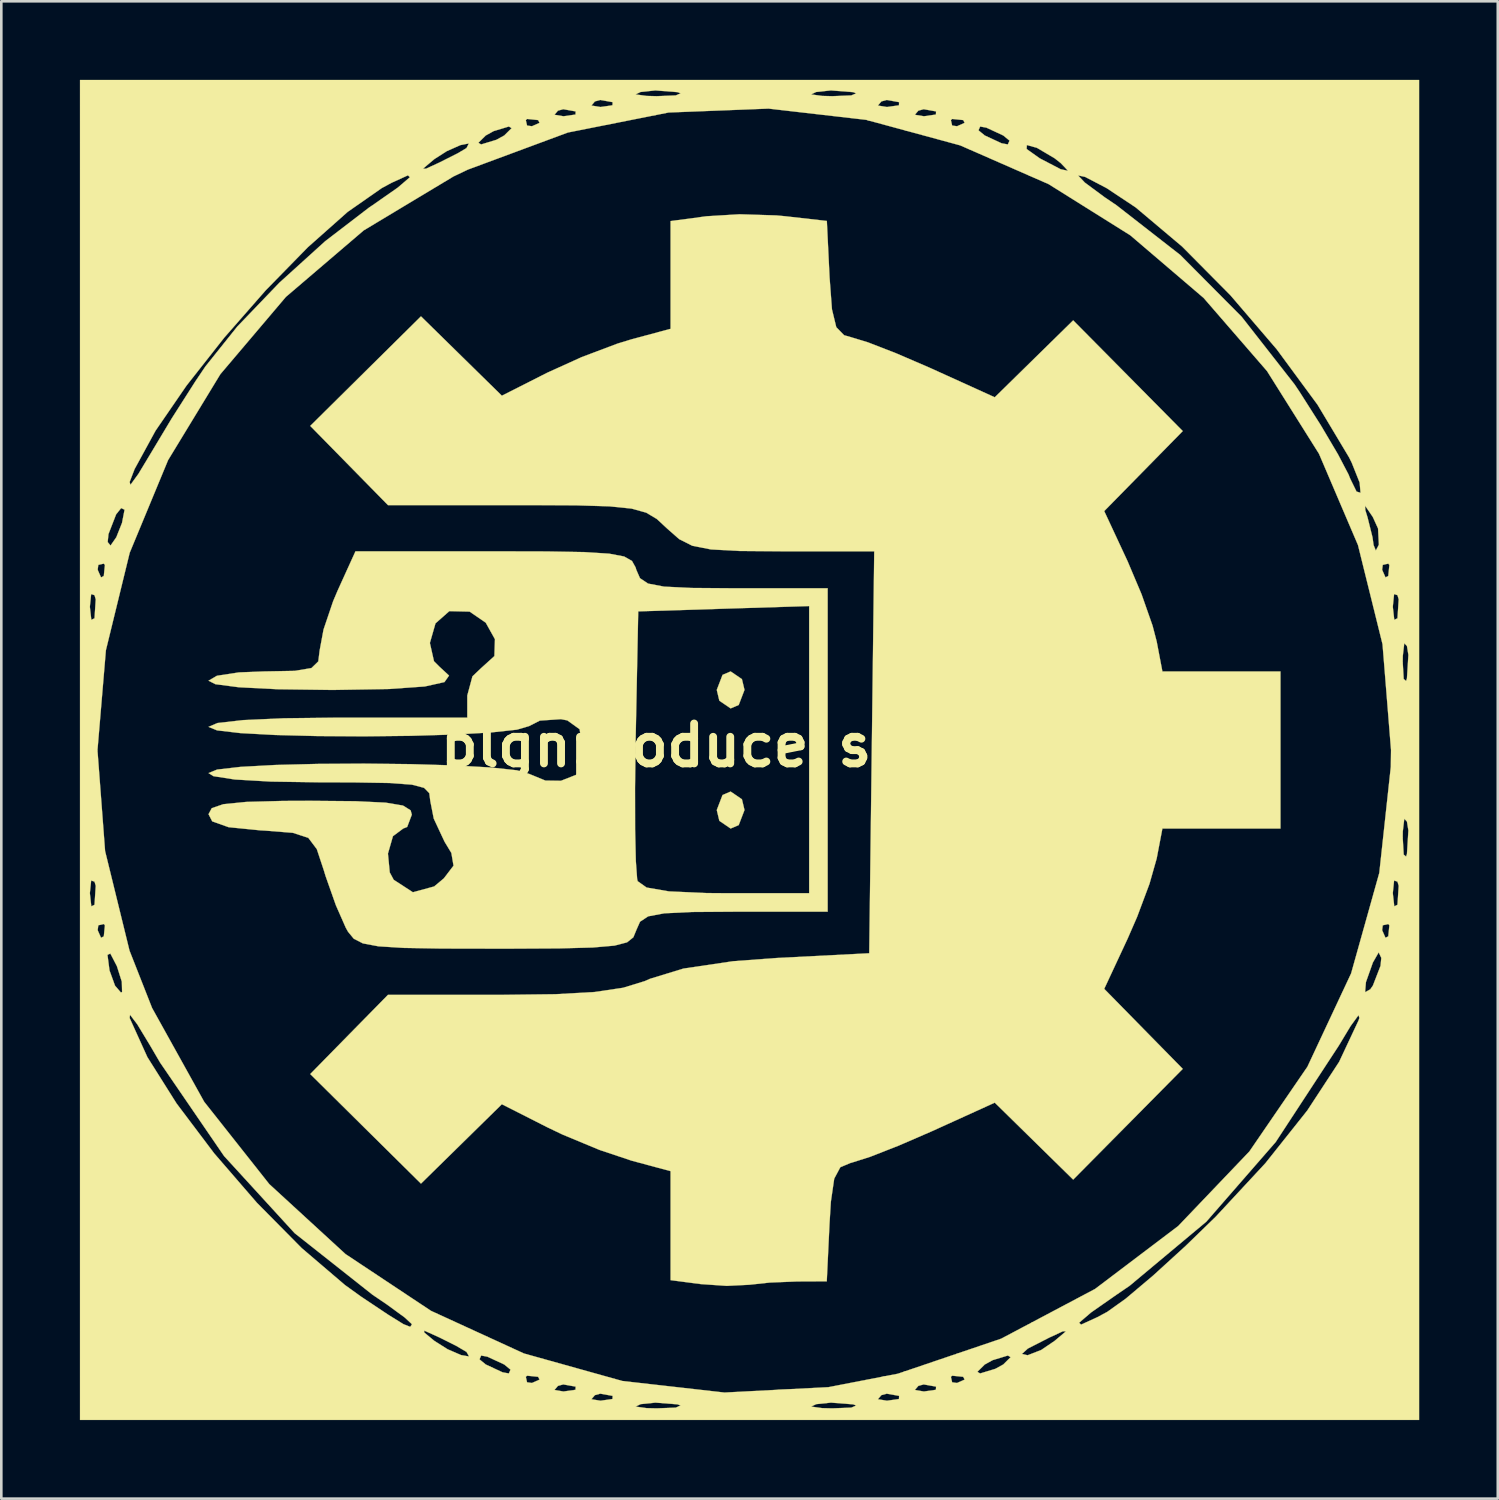
<source format=kicad_pcb>
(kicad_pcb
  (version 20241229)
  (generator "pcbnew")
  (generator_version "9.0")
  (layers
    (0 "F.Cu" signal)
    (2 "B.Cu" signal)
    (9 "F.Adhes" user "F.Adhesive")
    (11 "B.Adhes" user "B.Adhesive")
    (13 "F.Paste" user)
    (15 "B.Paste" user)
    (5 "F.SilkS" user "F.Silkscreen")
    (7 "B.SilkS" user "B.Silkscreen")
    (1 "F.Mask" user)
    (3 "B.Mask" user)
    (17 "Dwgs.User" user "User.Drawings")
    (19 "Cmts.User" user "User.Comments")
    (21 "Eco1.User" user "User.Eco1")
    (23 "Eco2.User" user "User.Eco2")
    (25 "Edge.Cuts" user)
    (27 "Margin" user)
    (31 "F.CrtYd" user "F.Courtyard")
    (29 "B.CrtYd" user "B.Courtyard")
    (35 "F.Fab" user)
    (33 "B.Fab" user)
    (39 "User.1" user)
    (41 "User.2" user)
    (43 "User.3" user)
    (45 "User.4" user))
  (footprint "plgnproduce symbol"
    (layer "F.Cu")
    (at 25.372 25.405)
    (property "Reference" "plgnproduce symbol" (at 0 0 0) (layer "F.SilkS") (effects (font (size 1.524 1.524) (thickness 0.3))))
    (attr through_hole)
    (fp_poly (pts (xy -0.098 -2.528) (xy 0 -2.117) (xy -0.221 -1.542) (xy -0.529 -1.411) (xy -0.96 -1.705) (xy -1.058 -2.117) (xy -0.838 -2.691) (xy -0.529 -2.822) (xy -0.098 -2.528)) (stroke (width 0.01) (type solid)) (fill yes) (layer "F.SilkS"))
    (fp_poly (pts (xy -0.098 2.058) (xy 0 2.469) (xy -0.221 3.044) (xy -0.529 3.175) (xy -0.96 2.881) (xy -1.058 2.469) (xy -0.838 1.895) (xy -0.529 1.764) (xy -0.098 2.058)) (stroke (width 0.01) (type solid)) (fill yes) (layer "F.SilkS"))
    (fp_poly (pts (xy 1.219 -20.231) (xy 1.532 -20.202) (xy 3.144 -20.02) (xy 3.248 -17.863) (xy 3.339 -16.645) (xy 3.504 -15.965) (xy 3.802 -15.658) (xy 4.057 -15.585) (xy 4.717 -15.384) (xy 5.791 -14.967) (xy 7.056 -14.422) (xy 7.158 -14.376) (xy 9.554 -13.288) (xy 12.548 -16.225) (xy 14.64 -14.112) (xy 16.731 -11.998) (xy 15.232 -10.471) (xy 13.733 -8.944) (xy 14.625 -7.029) (xy 15.159 -5.766) (xy 15.579 -4.567) (xy 15.735 -3.969) (xy 15.954 -2.822) (xy 20.461 -2.822) (xy 20.461 3.175) (xy 15.954 3.175) (xy 15.735 4.322) (xy 15.46 5.289) (xy 14.989 6.547) (xy 14.625 7.382) (xy 13.733 9.296) (xy 15.232 10.824) (xy 16.731 12.351) (xy 14.64 14.465) (xy 12.548 16.578) (xy 9.554 13.64) (xy 7.158 14.729) (xy 5.887 15.28) (xy 4.79 15.71) (xy 4.089 15.932) (xy 4.057 15.938) (xy 3.659 16.104) (xy 3.425 16.542) (xy 3.298 17.417) (xy 3.246 18.26) (xy 3.141 20.461) (xy 2.012 20.466) (xy 0.97 20.508) (xy 0.176 20.593) (xy -0.679 20.635) (xy -1.676 20.566) (xy -2.822 20.416) (xy -2.822 16.255) (xy -4.316 15.853) (xy -5.544 15.441) (xy -6.942 14.86) (xy -7.536 14.576) (xy -9.263 13.7) (xy -10.807 15.216) (xy -12.351 16.731) (xy -14.465 14.64) (xy -16.578 12.548) (xy -15.095 11.036) (xy -13.611 9.525) (xy -9.264 9.525) (xy -7.215 9.5) (xy -5.722 9.416) (xy -4.637 9.255) (xy -3.813 9.002) (xy -3.605 8.911) (xy -2.329 8.521) (xy -0.437 8.241) (xy 1.235 8.117) (xy 4.762 7.937) (xy 4.858 0.265) (xy 4.953 -7.408) (xy 1.434 -7.408) (xy -0.194 -7.421) (xy -1.282 -7.48) (xy -1.993 -7.62) (xy -2.493 -7.872) (xy -2.946 -8.27) (xy -2.967 -8.29) (xy -3.347 -8.642) (xy -3.753 -8.884) (xy -4.312 -9.039) (xy -5.157 -9.125) (xy -6.417 -9.163) (xy -8.222 -9.172) (xy -8.73 -9.172) (xy -13.611 -9.172) (xy -15.095 -10.684) (xy -16.578 -12.195) (xy -14.465 -14.287) (xy -12.351 -16.378) (xy -10.807 -14.863) (xy -9.263 -13.348) (xy -7.536 -14.223) (xy -6.215 -14.822) (xy -4.85 -15.337) (xy -4.316 -15.5) (xy -2.822 -15.902) (xy -2.822 -20.015) (xy -1.451 -20.199) (xy -0.189 -20.275) (xy 1.219 -20.231)) (stroke (width 0.01) (type solid)) (fill yes) (layer "F.SilkS"))
    (fp_poly (pts (xy -7.55 -7.403) (xy -6.113 -7.378) (xy -5.165 -7.318) (xy -4.595 -7.21) (xy -4.295 -7.04) (xy -4.157 -6.793) (xy -4.131 -6.703) (xy -3.99 -6.382) (xy -3.682 -6.176) (xy -3.071 -6.06) (xy -2.024 -6.009) (xy -0.407 -5.997) (xy -0.386 -5.997) (xy 3.175 -5.997) (xy 3.175 6.35) (xy -0.386 6.35) (xy -2.01 6.361) (xy -3.062 6.412) (xy -3.677 6.527) (xy -3.988 6.732) (xy -4.13 7.051) (xy -4.131 7.056) (xy -4.243 7.328) (xy -4.484 7.52) (xy -4.963 7.645) (xy -5.79 7.717) (xy -7.074 7.751) (xy -8.925 7.761) (xy -9.554 7.761) (xy -11.579 7.757) (xy -13.014 7.732) (xy -13.972 7.672) (xy -14.568 7.56) (xy -14.917 7.381) (xy -15.134 7.117) (xy -15.219 6.967) (xy -15.599 6.105) (xy -15.993 4.989) (xy -16.062 4.762) (xy -16.327 3.962) (xy -16.651 3.531) (xy -17.242 3.339) (xy -18.307 3.254) (xy -18.47 3.246) (xy -19.694 3.124) (xy -20.32 2.901) (xy -20.461 2.628) (xy -20.338 2.398) (xy -19.895 2.246) (xy -19.024 2.159) (xy -17.616 2.121) (xy -16.581 2.117) (xy -14.844 2.132) (xy -13.7 2.187) (xy -13.038 2.298) (xy -12.745 2.481) (xy -12.7 2.646) (xy -12.878 3.115) (xy -13.029 3.175) (xy -13.421 3.467) (xy -13.612 4.132) (xy -13.543 4.851) (xy -13.392 5.132) (xy -12.659 5.608) (xy -11.846 5.386) (xy -11.476 5.076) (xy -11.108 4.593) (xy -11.191 4.107) (xy -11.451 3.677) (xy -11.863 2.796) (xy -11.994 2.129) (xy -12.033 1.826) (xy -12.225 1.627) (xy -4.179 1.627) (xy -4.176 3.212) (xy -4.148 4.418) (xy -4.098 5.104) (xy -4.078 5.186) (xy -3.737 5.428) (xy -2.883 5.575) (xy -1.438 5.639) (xy -0.717 5.644) (xy 2.469 5.644) (xy 2.469 -5.318) (xy -0.794 -5.217) (xy -4.057 -5.115) (xy -4.156 -0.193) (xy -4.179 1.627) (xy -12.225 1.627) (xy -12.229 1.623) (xy -12.697 1.5) (xy -13.555 1.437) (xy -14.921 1.414) (xy -16.228 1.411) (xy -18.086 1.383) (xy -19.461 1.303) (xy -20.272 1.177) (xy -20.461 1.058) (xy -20.132 0.924) (xy -19.235 0.821) (xy -17.91 0.749) (xy -16.295 0.708) (xy -14.526 0.697) (xy -12.743 0.717) (xy -11.083 0.766) (xy -9.685 0.845) (xy -8.686 0.952) (xy -8.225 1.088) (xy -7.602 1.344) (xy -7.008 1.353) (xy -6.397 1.113) (xy -6.184 0.488) (xy -6.174 0.176) (xy -6.295 -0.616) (xy -6.764 -0.953) (xy -7.008 -1) (xy -7.813 -0.945) (xy -8.225 -0.735) (xy -8.69 -0.599) (xy -9.692 -0.491) (xy -11.092 -0.413) (xy -12.753 -0.364) (xy -14.537 -0.344) (xy -16.305 -0.355) (xy -17.919 -0.396) (xy -19.242 -0.468) (xy -20.135 -0.572) (xy -20.461 -0.706) (xy -20.12 -0.853) (xy -19.139 -0.964) (xy -17.586 -1.034) (xy -15.527 -1.058) (xy -10.583 -1.058) (xy -10.583 -1.903) (xy -10.386 -2.634) (xy -10.054 -2.95) (xy -9.548 -3.408) (xy -9.527 -4.052) (xy -9.878 -4.683) (xy -10.494 -5.106) (xy -11.262 -5.124) (xy -11.272 -5.121) (xy -11.797 -4.657) (xy -12.011 -3.909) (xy -11.854 -3.211) (xy -11.642 -2.999) (xy -11.279 -2.664) (xy -11.454 -2.416) (xy -12.206 -2.248) (xy -13.577 -2.151) (xy -15.606 -2.117) (xy -15.875 -2.117) (xy -17.836 -2.143) (xy -19.302 -2.218) (xy -20.199 -2.335) (xy -20.461 -2.469) (xy -20.14 -2.657) (xy -19.3 -2.785) (xy -18.344 -2.822) (xy -17.168 -2.844) (xy -16.532 -2.951) (xy -16.271 -3.205) (xy -16.22 -3.616) (xy -16.071 -4.42) (xy -15.707 -5.496) (xy -15.532 -5.909) (xy -14.851 -7.408) (xy -9.583 -7.408) (xy -7.55 -7.403)) (stroke (width 0.01) (type solid)) (fill yes) (layer "F.SilkS"))
    (fp_poly (pts (xy 25.753 25.753) (xy -25.367 25.753) (xy -25.367 25.243) (xy -4.16 25.243) (xy -3.736 25.302) (xy -3.351 25.311) (xy -2.625 25.283) (xy -2.533 25.243) (xy 2.543 25.243) (xy 2.967 25.302) (xy 3.351 25.311) (xy 4.077 25.283) (xy 4.265 25.203) (xy 4.149 25.158) (xy 3.302 25.092) (xy 2.738 25.15) (xy 2.543 25.243) (xy -2.533 25.243) (xy -2.438 25.203) (xy -2.554 25.158) (xy -3.401 25.092) (xy -3.965 25.15) (xy -4.16 25.243) (xy -25.367 25.243) (xy -25.367 24.963) (xy -5.844 24.963) (xy -5.497 25.019) (xy -5.099 24.963) (xy 5.092 24.963) (xy 5.439 25.019) (xy 5.896 24.955) (xy 5.902 24.834) (xy 5.43 24.75) (xy 5.226 24.806) (xy 5.092 24.963) (xy -5.099 24.963) (xy -5.04 24.955) (xy -5.034 24.834) (xy -5.507 24.75) (xy -5.711 24.806) (xy -5.844 24.963) (xy -25.367 24.963) (xy -25.367 24.61) (xy -7.255 24.61) (xy -6.909 24.667) (xy -6.451 24.602) (xy -6.446 24.481) (xy -6.918 24.397) (xy -7.122 24.453) (xy -7.255 24.61) (xy -25.367 24.61) (xy -25.367 24.106) (xy -8.349 24.106) (xy -8.301 24.316) (xy -8.114 24.342) (xy -7.824 24.213) (xy -7.879 24.106) (xy -8.297 24.064) (xy -8.349 24.106) (xy -25.367 24.106) (xy -25.367 23.44) (xy -10.117 23.44) (xy -9.878 23.636) (xy -9.235 23.935) (xy -8.996 23.978) (xy -8.933 23.833) (xy -9.172 23.636) (xy -9.815 23.338) (xy -10.054 23.294) (xy -10.117 23.44) (xy -25.367 23.44) (xy -25.367 22.341) (xy -12.227 22.341) (xy -12.225 22.416) (xy -11.839 22.735) (xy -11.334 23.054) (xy -10.82 23.277) (xy -10.515 23.329) (xy -10.613 23.155) (xy -11.008 22.923) (xy -11.642 22.606) (xy -12.227 22.341) (xy -25.367 22.341) (xy -25.367 10.407) (xy -23.474 10.407) (xy -22.797 11.9) (xy -21.681 13.672) (xy -20.246 15.575) (xy -18.614 17.463) (xy -16.909 19.188) (xy -15.252 20.603) (xy -14.645 21.04) (xy -13.606 21.733) (xy -13.021 22.096) (xy -12.762 22.198) (xy -12.7 22.109) (xy -12.7 22.095) (xy -12.967 21.845) (xy -13.651 21.345) (xy -14.199 20.974) (xy -17.175 18.621) (xy -19.868 15.678) (xy -22.312 12.107) (xy -22.687 11.465) (xy -23.179 10.653) (xy -23.459 10.284) (xy -23.474 10.407) (xy -25.367 10.407) (xy -25.367 7.997) (xy -24.319 7.997) (xy -24.241 8.595) (xy -24.031 9.174) (xy -23.806 9.435) (xy -23.761 9.415) (xy -23.771 9.023) (xy -23.959 8.43) (xy -24.209 7.948) (xy -24.319 7.997) (xy -25.367 7.997) (xy -25.367 7.056) (xy -24.694 7.056) (xy -24.565 7.346) (xy -24.459 7.291) (xy -24.417 6.872) (xy -24.459 6.82) (xy -24.669 6.869) (xy -24.694 7.056) (xy -25.367 7.056) (xy -25.367 5.644) (xy -24.992 5.644) (xy -24.936 6.145) (xy -24.814 6.085) (xy -24.767 5.363) (xy -24.814 5.203) (xy -24.942 5.159) (xy -24.992 5.644) (xy -25.367 5.644) (xy -25.367 0.187) (xy -24.701 0.187) (xy -24.41 4.036) (xy -23.478 7.836) (xy -22.616 10.027) (xy -20.628 13.606) (xy -18.143 16.749) (xy -15.232 19.421) (xy -11.968 21.588) (xy -8.421 23.215) (xy -4.663 24.266) (xy -0.764 24.707) (xy 1.108 24.61) (xy 6.503 24.61) (xy 6.85 24.667) (xy 7.307 24.602) (xy 7.313 24.481) (xy 6.841 24.397) (xy 6.637 24.453) (xy 6.503 24.61) (xy 1.108 24.61) (xy 3.203 24.502) (xy 5.246 24.106) (xy 7.879 24.106) (xy 7.927 24.316) (xy 8.114 24.342) (xy 8.404 24.213) (xy 8.349 24.106) (xy 7.93 24.064) (xy 7.879 24.106) (xy 5.246 24.106) (xy 5.853 23.989) (xy 6.069 23.916) (xy 8.89 23.916) (xy 8.996 23.978) (xy 9.576 23.802) (xy 9.878 23.636) (xy 10.16 23.357) (xy 10.054 23.294) (xy 9.474 23.47) (xy 9.172 23.636) (xy 8.89 23.916) (xy 6.069 23.916) (xy 8.074 23.236) (xy 10.588 23.236) (xy 10.81 23.283) (xy 11.328 23.082) (xy 11.839 22.735) (xy 12.273 22.37) (xy 12.154 22.369) (xy 11.642 22.606) (xy 10.818 23.027) (xy 10.588 23.236) (xy 8.074 23.236) (xy 9.801 22.65) (xy 10.949 22.042) (xy 12.774 22.042) (xy 12.849 22.114) (xy 13.473 21.829) (xy 13.847 21.628) (xy 14.552 21.125) (xy 15.599 20.242) (xy 16.84 19.11) (xy 17.992 17.992) (xy 19.883 15.955) (xy 21.483 13.943) (xy 22.701 12.082) (xy 23.444 10.498) (xy 23.474 10.407) (xy 23.442 10.299) (xy 23.138 10.717) (xy 22.687 11.465) (xy 20.28 15.143) (xy 17.63 18.185) (xy 14.702 20.631) (xy 14.199 20.974) (xy 13.231 21.65) (xy 12.774 22.042) (xy 10.949 22.042) (xy 13.385 20.751) (xy 16.557 18.35) (xy 19.274 15.504) (xy 21.489 12.271) (xy 22.822 9.424) (xy 23.691 9.424) (xy 23.889 9.315) (xy 23.989 9.172) (xy 24.281 8.419) (xy 24.311 8.114) (xy 24.211 7.903) (xy 23.989 8.29) (xy 23.724 9.038) (xy 23.691 9.424) (xy 22.822 9.424) (xy 23.158 8.707) (xy 23.621 7.056) (xy 24.342 7.056) (xy 24.471 7.346) (xy 24.577 7.291) (xy 24.619 6.872) (xy 24.577 6.82) (xy 24.367 6.869) (xy 24.342 7.056) (xy 23.621 7.056) (xy 24.017 5.644) (xy 24.75 5.644) (xy 24.806 6.145) (xy 24.928 6.085) (xy 24.975 5.363) (xy 24.928 5.203) (xy 24.799 5.159) (xy 24.75 5.644) (xy 24.017 5.644) (xy 24.234 4.87) (xy 24.38 3.528) (xy 25.129 3.528) (xy 25.166 4.17) (xy 25.257 4.245) (xy 25.29 4.145) (xy 25.345 3.25) (xy 25.29 2.91) (xy 25.188 2.801) (xy 25.132 3.288) (xy 25.129 3.528) (xy 24.38 3.528) (xy 24.674 0.817) (xy 24.682 0.176) (xy 24.413 -3.175) (xy 25.129 -3.175) (xy 25.166 -2.533) (xy 25.257 -2.458) (xy 25.29 -2.558) (xy 25.345 -3.452) (xy 25.29 -3.792) (xy 25.188 -3.902) (xy 25.132 -3.414) (xy 25.129 -3.175) (xy 24.413 -3.175) (xy 24.357 -3.864) (xy 24.004 -5.292) (xy 24.75 -5.292) (xy 24.806 -4.791) (xy 24.928 -4.851) (xy 24.975 -5.573) (xy 24.928 -5.733) (xy 24.799 -5.777) (xy 24.75 -5.292) (xy 24.004 -5.292) (xy 23.654 -6.703) (xy 24.342 -6.703) (xy 24.471 -6.412) (xy 24.577 -6.468) (xy 24.619 -6.886) (xy 24.577 -6.938) (xy 24.367 -6.89) (xy 24.342 -6.703) (xy 23.654 -6.703) (xy 23.421 -7.645) (xy 22.778 -9.151) (xy 23.692 -9.151) (xy 23.701 -8.98) (xy 23.786 -8.702) (xy 23.975 -7.941) (xy 24.017 -7.644) (xy 24.102 -7.438) (xy 24.218 -7.66) (xy 24.187 -8.279) (xy 23.987 -8.718) (xy 23.692 -9.151) (xy 22.778 -9.151) (xy 21.932 -11.132) (xy 19.948 -14.289) (xy 17.528 -17.081) (xy 14.73 -19.471) (xy 11.611 -21.425) (xy 10.851 -21.758) (xy 12.735 -21.758) (xy 12.994 -21.484) (xy 13.756 -20.92) (xy 14.199 -20.621) (xy 16.636 -18.721) (xy 18.98 -16.362) (xy 21.001 -13.779) (xy 21.203 -13.477) (xy 22.002 -12.219) (xy 22.656 -11.112) (xy 23.06 -10.341) (xy 23.121 -10.187) (xy 23.365 -9.689) (xy 23.518 -9.642) (xy 23.484 -10.033) (xy 23.184 -10.785) (xy 23.082 -10.992) (xy 21.879 -13.001) (xy 20.32 -15.119) (xy 18.548 -17.186) (xy 16.706 -19.044) (xy 14.934 -20.537) (xy 13.822 -21.275) (xy 13.003 -21.702) (xy 12.735 -21.758) (xy 10.851 -21.758) (xy 8.55 -22.767) (xy 10.77 -22.767) (xy 11.261 -22.418) (xy 11.289 -22.401) (xy 12.073 -21.993) (xy 12.351 -21.935) (xy 12.076 -22.226) (xy 11.839 -22.413) (xy 11.163 -22.812) (xy 10.78 -22.918) (xy 10.77 -22.767) (xy 8.55 -22.767) (xy 8.231 -22.906) (xy 6.12 -23.48) (xy 8.933 -23.48) (xy 9.172 -23.283) (xy 9.815 -22.985) (xy 10.054 -22.941) (xy 10.117 -23.087) (xy 9.878 -23.283) (xy 9.235 -23.582) (xy 8.996 -23.625) (xy 8.933 -23.48) (xy 6.12 -23.48) (xy 4.678 -23.871) (xy 7.879 -23.871) (xy 7.927 -23.662) (xy 8.114 -23.636) (xy 8.404 -23.765) (xy 8.349 -23.871) (xy 7.93 -23.914) (xy 7.879 -23.871) (xy 4.678 -23.871) (xy 4.647 -23.88) (xy 2.968 -24.073) (xy 6.503 -24.073) (xy 6.85 -24.017) (xy 7.307 -24.082) (xy 7.313 -24.202) (xy 6.841 -24.286) (xy 6.637 -24.23) (xy 6.503 -24.073) (xy 2.968 -24.073) (xy 0.918 -24.309) (xy -2.898 -24.16) (xy -6.743 -23.396) (xy -10.559 -21.981) (xy -11.113 -21.717) (xy -14.535 -19.661) (xy -17.509 -17.12) (xy -20.009 -14.171) (xy -22.005 -10.89) (xy -23.471 -7.352) (xy -24.379 -3.634) (xy -24.701 0.187) (xy -25.367 0.187) (xy -25.367 -5.292) (xy -24.992 -5.292) (xy -24.936 -4.791) (xy -24.814 -4.851) (xy -24.767 -5.573) (xy -24.814 -5.733) (xy -24.942 -5.777) (xy -24.992 -5.292) (xy -25.367 -5.292) (xy -25.367 -6.703) (xy -24.694 -6.703) (xy -24.565 -6.412) (xy -24.459 -6.468) (xy -24.417 -6.886) (xy -24.459 -6.938) (xy -24.669 -6.89) (xy -24.694 -6.703) (xy -25.367 -6.703) (xy -25.367 -7.761) (xy -24.311 -7.761) (xy -24.202 -7.628) (xy -23.982 -7.944) (xy -23.764 -8.492) (xy -23.666 -8.996) (xy -23.796 -9.059) (xy -23.989 -8.819) (xy -24.281 -8.066) (xy -24.311 -7.761) (xy -25.367 -7.761) (xy -25.367 -10.054) (xy -23.474 -10.054) (xy -23.442 -9.946) (xy -23.138 -10.364) (xy -22.687 -11.113) (xy -21.872 -12.472) (xy -20.964 -13.895) (xy -20.581 -14.464) (xy -19.359 -15.993) (xy -17.758 -17.661) (xy -16.007 -19.247) (xy -14.333 -20.531) (xy -14.199 -20.621) (xy -13.231 -21.297) (xy -12.774 -21.689) (xy -12.849 -21.761) (xy -13.473 -21.477) (xy -13.847 -21.275) (xy -15.151 -20.365) (xy -16.668 -19.018) (xy -18.278 -17.372) (xy -19.863 -15.563) (xy -21.304 -13.731) (xy -22.484 -12.013) (xy -23.284 -10.547) (xy -23.474 -10.054) (xy -25.367 -10.054) (xy -25.367 -22.017) (xy -12.273 -22.017) (xy -12.154 -22.017) (xy -11.642 -22.253) (xy -10.944 -22.605) (xy -10.613 -22.802) (xy -10.523 -22.979) (xy -10.847 -22.915) (xy -11.367 -22.684) (xy -11.839 -22.382) (xy -12.273 -22.017) (xy -25.367 -22.017) (xy -25.367 -23.004) (xy -10.16 -23.004) (xy -10.054 -22.941) (xy -9.474 -23.117) (xy -9.172 -23.283) (xy -8.89 -23.563) (xy -8.996 -23.625) (xy -9.576 -23.45) (xy -9.878 -23.283) (xy -10.16 -23.004) (xy -25.367 -23.004) (xy -25.367 -23.871) (xy -8.349 -23.871) (xy -8.301 -23.662) (xy -8.114 -23.636) (xy -7.824 -23.765) (xy -7.879 -23.871) (xy -8.297 -23.914) (xy -8.349 -23.871) (xy -25.367 -23.871) (xy -25.367 -24.073) (xy -7.255 -24.073) (xy -6.909 -24.017) (xy -6.451 -24.082) (xy -6.446 -24.202) (xy -6.918 -24.286) (xy -7.122 -24.23) (xy -7.255 -24.073) (xy -25.367 -24.073) (xy -25.367 -24.426) (xy -5.844 -24.426) (xy -5.497 -24.37) (xy -5.099 -24.426) (xy 5.092 -24.426) (xy 5.439 -24.37) (xy 5.896 -24.434) (xy 5.902 -24.555) (xy 5.43 -24.639) (xy 5.226 -24.583) (xy 5.092 -24.426) (xy -5.099 -24.426) (xy -5.04 -24.434) (xy -5.034 -24.555) (xy -5.507 -24.639) (xy -5.711 -24.583) (xy -5.844 -24.426) (xy -25.367 -24.426) (xy -25.367 -24.851) (xy -4.16 -24.851) (xy -3.736 -24.793) (xy -3.351 -24.783) (xy -2.625 -24.812) (xy -2.533 -24.851) (xy 2.543 -24.851) (xy 2.967 -24.793) (xy 3.351 -24.783) (xy 4.077 -24.812) (xy 4.265 -24.892) (xy 4.149 -24.937) (xy 3.302 -25.003) (xy 2.738 -24.944) (xy 2.543 -24.851) (xy -2.533 -24.851) (xy -2.438 -24.892) (xy -2.554 -24.937) (xy -3.401 -25.003) (xy -3.965 -24.944) (xy -4.16 -24.851) (xy -25.367 -24.851) (xy -25.367 -25.4) (xy 25.753 -25.4) (xy 25.753 25.753)) (stroke (width 0.01) (type solid)) (fill yes) (layer "F.SilkS")))
  (gr_rect
    (start -3 -3)
    (end 54.13 54.163)
    (stroke (width 0.1) (type default))
    (fill no)
    (layer "Edge.Cuts")))
</source>
